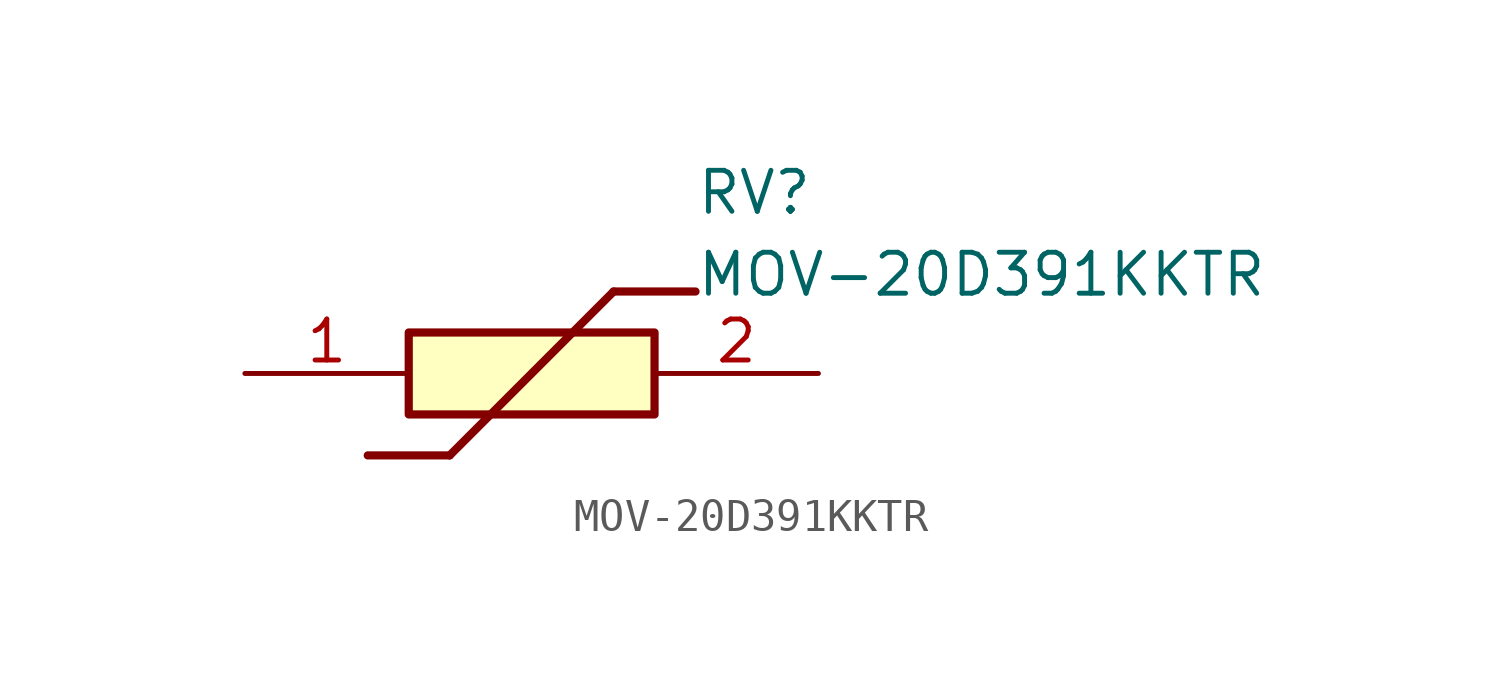
<source format=kicad_sym>
(kicad_symbol_lib
  (version 20211014)
  (generator SamacSys_ECAD_Model)
  (symbol "MOV-20D391KKTR"
    (pin_names hide)
    (property "Reference" "RV"
      (at 13.97 6.35 0)
      (effects (font (size 1.27 1.27)) (justify left top)))
    (property "Value" "MOV-20D391KKTR"
      (at 13.97 3.81 0)
      (effects (font (size 1.27 1.27)) (justify left top)))
    (rectangle
      (start 5.08 1.27)
      (end 12.7 -1.27)
      (stroke (width 0.254) (type default))
      (fill (type background)))
    (polyline
      (pts (xy 3.81 -2.54) (xy 6.35 -2.54))
      (stroke (width 0.254) (type default))
      (fill (type none)))
    (polyline
      (pts (xy 11.43 2.54) (xy 6.35 -2.54))
      (stroke (width 0.254) (type default))
      (fill (type none)))
    (polyline
      (pts (xy 11.43 2.54) (xy 13.97 2.54))
      (stroke (width 0.254) (type default))
      (fill (type none)))
    (pin passive line
      (at 0 0 0)
      (length 5.08)
      (name "1" (effects (font (size 1.27 1.27))))
      (number "1" (effects (font (size 1.27 1.27)))))
    (pin passive line
      (at 17.78 0 180)
      (length 5.08)
      (name "2" (effects (font (size 1.27 1.27))))
      (number "2" (effects (font (size 1.27 1.27)))))))
</source>
